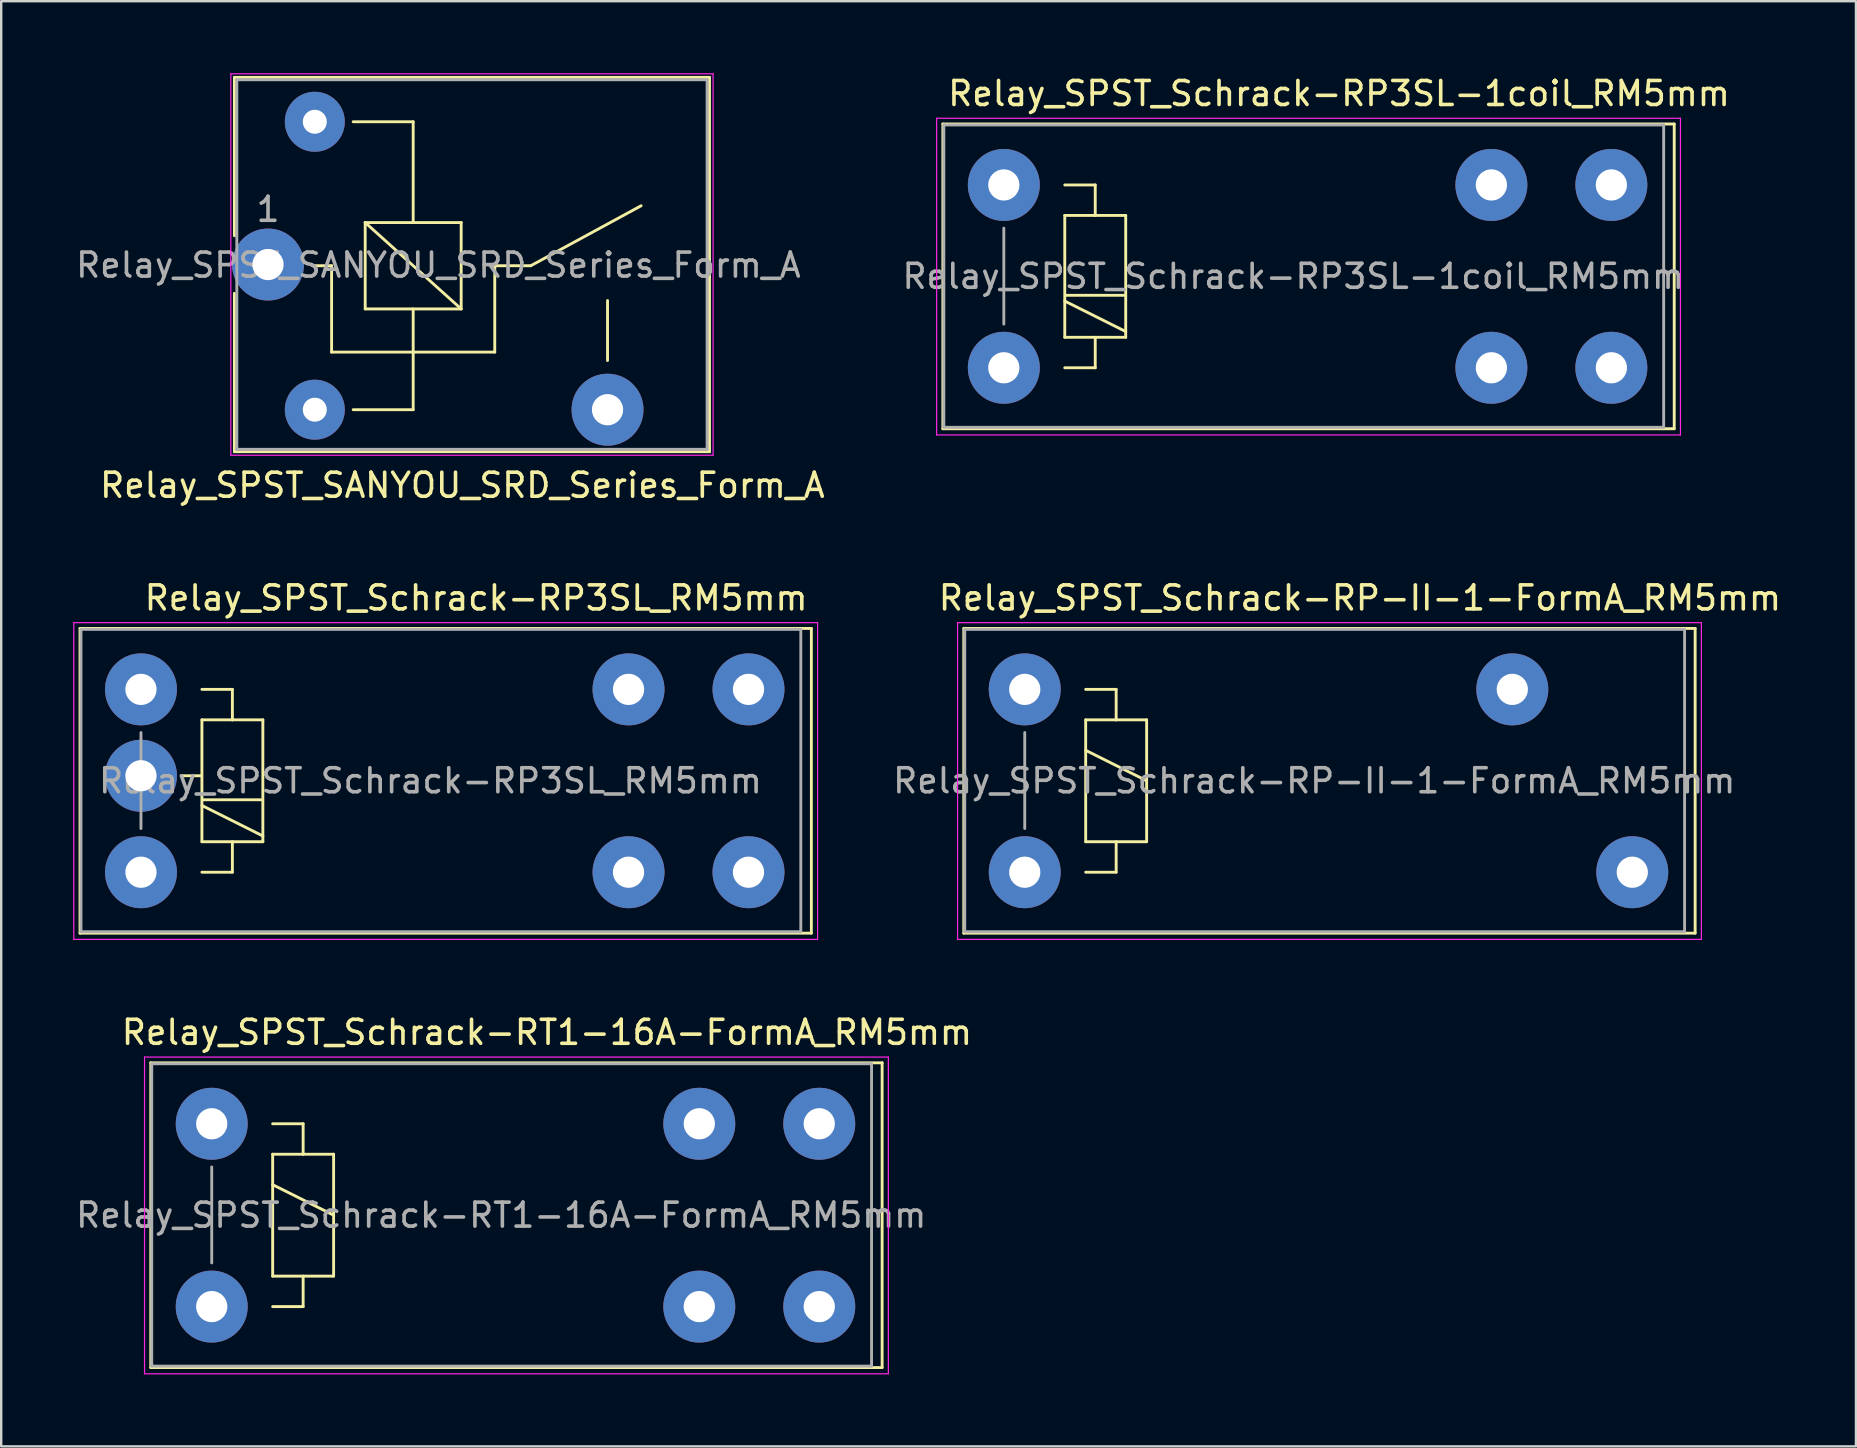
<source format=kicad_pcb>
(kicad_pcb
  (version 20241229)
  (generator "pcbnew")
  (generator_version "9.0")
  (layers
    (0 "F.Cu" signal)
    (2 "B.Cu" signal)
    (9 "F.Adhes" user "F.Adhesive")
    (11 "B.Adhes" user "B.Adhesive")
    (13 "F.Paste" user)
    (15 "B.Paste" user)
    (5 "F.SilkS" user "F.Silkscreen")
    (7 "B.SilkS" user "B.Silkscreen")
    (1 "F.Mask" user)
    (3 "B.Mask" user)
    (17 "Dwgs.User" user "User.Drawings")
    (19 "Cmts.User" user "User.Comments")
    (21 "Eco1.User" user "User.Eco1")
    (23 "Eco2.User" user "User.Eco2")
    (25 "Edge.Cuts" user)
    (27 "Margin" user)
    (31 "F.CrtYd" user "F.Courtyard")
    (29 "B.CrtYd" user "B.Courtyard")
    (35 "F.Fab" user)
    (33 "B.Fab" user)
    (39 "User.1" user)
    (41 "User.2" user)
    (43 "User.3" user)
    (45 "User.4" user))
  (footprint "Relay_SPST_Schrack-RP3SL-1coil_RM5mm"
    (layer "F.Cu")
    (at 38.786 4.658)
    (property "Reference" "Relay_SPST_Schrack-RP3SL-1coil_RM5mm" (at 13.97 -3.81 0) (layer "F.SilkS") (effects (font (size 1 1) (thickness 0.15))))
    (attr through_hole)
    (fp_line (start -2.54 -2.54) (end 27.94 -2.54) (stroke (width 0.12) (type solid)) (layer "F.SilkS"))
    (fp_line (start -2.54 10.16) (end -2.54 -2.54) (stroke (width 0.12) (type solid)) (layer "F.SilkS"))
    (fp_line (start 2.54 0) (end 3.81 0) (stroke (width 0.12) (type solid)) (layer "F.SilkS"))
    (fp_line (start 2.54 1.27) (end 3.81 1.27) (stroke (width 0.12) (type solid)) (layer "F.SilkS"))
    (fp_line (start 2.54 4.84) (end 5.08 6.11) (stroke (width 0.12) (type solid)) (layer "F.SilkS"))
    (fp_line (start 2.54 6.35) (end 2.54 1.27) (stroke (width 0.12) (type solid)) (layer "F.SilkS"))
    (fp_line (start 2.6 4.6) (end 5 4.6) (stroke (width 0.12) (type solid)) (layer "F.SilkS"))
    (fp_line (start 3.81 0) (end 3.81 1.27) (stroke (width 0.12) (type solid)) (layer "F.SilkS"))
    (fp_line (start 3.81 1.27) (end 5.08 1.27) (stroke (width 0.12) (type solid)) (layer "F.SilkS"))
    (fp_line (start 3.81 6.35) (end 3.81 7.62) (stroke (width 0.12) (type solid)) (layer "F.SilkS"))
    (fp_line (start 3.81 7.62) (end 2.54 7.62) (stroke (width 0.12) (type solid)) (layer "F.SilkS"))
    (fp_line (start 5.08 1.27) (end 5.08 6.35) (stroke (width 0.12) (type solid)) (layer "F.SilkS"))
    (fp_line (start 5.08 6.35) (end 2.54 6.35) (stroke (width 0.12) (type solid)) (layer "F.SilkS"))
    (fp_line (start 27.94 -2.54) (end 27.94 10.16) (stroke (width 0.12) (type solid)) (layer "F.SilkS"))
    (fp_line (start 27.94 10.16) (end -2.54 10.16) (stroke (width 0.12) (type solid)) (layer "F.SilkS"))
    (fp_line (start -2.8 -2.78) (end 28.2 -2.78) (stroke (width 0.05) (type solid)) (layer "F.CrtYd"))
    (fp_line (start -2.8 10.42) (end -2.8 -2.78) (stroke (width 0.05) (type solid)) (layer "F.CrtYd"))
    (fp_line (start 28.2 -2.78) (end 28.2 10.42) (stroke (width 0.05) (type solid)) (layer "F.CrtYd"))
    (fp_line (start 28.2 10.42) (end -2.8 10.42) (stroke (width 0.05) (type solid)) (layer "F.CrtYd"))
    (fp_line (start -2.5 -2.5) (end 27.5 -2.5) (stroke (width 0.12) (type solid)) (layer "F.Fab"))
    (fp_line (start -2.5 10.1) (end -2.5 -2.5) (stroke (width 0.12) (type solid)) (layer "F.Fab"))
    (fp_line (start 0 1.8) (end 0 5.8) (stroke (width 0.12) (type solid)) (layer "F.Fab"))
    (fp_line (start 27.5 -2.5) (end 27.5 10.1) (stroke (width 0.12) (type solid)) (layer "F.Fab"))
    (fp_line (start 27.5 10.1) (end -2.5 10.1) (stroke (width 0.12) (type solid)) (layer "F.Fab"))
    (fp_text user "${REFERENCE}" (at 12.065 3.81 0) (layer "F.Fab") (effects (font (size 1 1) (thickness 0.15))))
    (pad "11" thru_hole circle (at 20.32 0) (size 3 3) (drill 1.3) (layers "*.Cu" "*.Mask"))
    (pad "11" thru_hole circle (at 20.32 7.62) (size 3 3) (drill 1.3) (layers "*.Cu" "*.Mask"))
    (pad "14" thru_hole circle (at 25.32 0) (size 3 3) (drill 1.3) (layers "*.Cu" "*.Mask"))
    (pad "14" thru_hole circle (at 25.32 7.62) (size 3 3) (drill 1.3) (layers "*.Cu" "*.Mask"))
    (pad "A1" thru_hole circle (at 0 0) (size 3 3) (drill 1.3) (layers "*.Cu" "*.Mask"))
    (pad "A2" thru_hole circle (at 0 7.62) (size 3 3) (drill 1.3) (layers "*.Cu" "*.Mask")))
  (footprint "Relay_SPST_Schrack-RP3SL_RM5mm"
    (layer "F.Cu")
    (at 2.825 25.681)
    (property "Reference" "Relay_SPST_Schrack-RP3SL_RM5mm" (at 13.97 -3.81 0) (layer "F.SilkS") (effects (font (size 1 1) (thickness 0.15))))
    (attr through_hole)
    (fp_line (start -2.54 -2.54) (end 27.94 -2.54) (stroke (width 0.12) (type solid)) (layer "F.SilkS"))
    (fp_line (start -2.54 10.16) (end -2.54 -2.54) (stroke (width 0.12) (type solid)) (layer "F.SilkS"))
    (fp_line (start 2.5 3.6) (end 1.7 3.6) (stroke (width 0.12) (type solid)) (layer "F.SilkS"))
    (fp_line (start 2.54 0) (end 3.81 0) (stroke (width 0.12) (type solid)) (layer "F.SilkS"))
    (fp_line (start 2.54 1.27) (end 3.81 1.27) (stroke (width 0.12) (type solid)) (layer "F.SilkS"))
    (fp_line (start 2.54 4.84) (end 5.08 6.11) (stroke (width 0.12) (type solid)) (layer "F.SilkS"))
    (fp_line (start 2.54 6.35) (end 2.54 1.27) (stroke (width 0.12) (type solid)) (layer "F.SilkS"))
    (fp_line (start 2.6 4.6) (end 5 4.6) (stroke (width 0.12) (type solid)) (layer "F.SilkS"))
    (fp_line (start 3.81 0) (end 3.81 1.27) (stroke (width 0.12) (type solid)) (layer "F.SilkS"))
    (fp_line (start 3.81 1.27) (end 5.08 1.27) (stroke (width 0.12) (type solid)) (layer "F.SilkS"))
    (fp_line (start 3.81 6.35) (end 3.81 7.62) (stroke (width 0.12) (type solid)) (layer "F.SilkS"))
    (fp_line (start 3.81 7.62) (end 2.54 7.62) (stroke (width 0.12) (type solid)) (layer "F.SilkS"))
    (fp_line (start 5.08 1.27) (end 5.08 6.35) (stroke (width 0.12) (type solid)) (layer "F.SilkS"))
    (fp_line (start 5.08 6.35) (end 2.54 6.35) (stroke (width 0.12) (type solid)) (layer "F.SilkS"))
    (fp_line (start 27.94 -2.54) (end 27.94 10.16) (stroke (width 0.12) (type solid)) (layer "F.SilkS"))
    (fp_line (start 27.94 10.16) (end -2.54 10.16) (stroke (width 0.12) (type solid)) (layer "F.SilkS"))
    (fp_line (start -2.8 -2.78) (end 28.2 -2.78) (stroke (width 0.05) (type solid)) (layer "F.CrtYd"))
    (fp_line (start -2.8 10.42) (end -2.8 -2.78) (stroke (width 0.05) (type solid)) (layer "F.CrtYd"))
    (fp_line (start 28.2 -2.78) (end 28.2 10.42) (stroke (width 0.05) (type solid)) (layer "F.CrtYd"))
    (fp_line (start 28.2 10.42) (end -2.8 10.42) (stroke (width 0.05) (type solid)) (layer "F.CrtYd"))
    (fp_line (start -2.5 -2.5) (end 27.5 -2.5) (stroke (width 0.12) (type solid)) (layer "F.Fab"))
    (fp_line (start -2.5 10.1) (end -2.5 -2.5) (stroke (width 0.12) (type solid)) (layer "F.Fab"))
    (fp_line (start 0 1.8) (end 0 5.8) (stroke (width 0.12) (type solid)) (layer "F.Fab"))
    (fp_line (start 27.5 -2.5) (end 27.5 10.1) (stroke (width 0.12) (type solid)) (layer "F.Fab"))
    (fp_line (start 27.5 10.1) (end -2.5 10.1) (stroke (width 0.12) (type solid)) (layer "F.Fab"))
    (fp_text user "${REFERENCE}" (at 12.065 3.81 0) (layer "F.Fab") (effects (font (size 1 1) (thickness 0.15))))
    (pad "11" thru_hole circle (at 20.32 0) (size 3 3) (drill 1.3) (layers "*.Cu" "*.Mask"))
    (pad "11" thru_hole circle (at 20.32 7.62) (size 3 3) (drill 1.3) (layers "*.Cu" "*.Mask"))
    (pad "14" thru_hole circle (at 25.32 0) (size 3 3) (drill 1.3) (layers "*.Cu" "*.Mask"))
    (pad "14" thru_hole circle (at 25.32 7.62) (size 3 3) (drill 1.3) (layers "*.Cu" "*.Mask"))
    (pad "A1" thru_hole circle (at 0 0) (size 3 3) (drill 1.3) (layers "*.Cu" "*.Mask"))
    (pad "A2" thru_hole circle (at 0 7.62) (size 3 3) (drill 1.3) (layers "*.Cu" "*.Mask"))
    (pad "A3" thru_hole circle (at 0 3.6) (size 3 3) (drill 1.3) (layers "*.Cu" "*.Mask")))
  (footprint "Relay_SPST_Schrack-RP-II-1-FormA_RM5mm"
    (layer "F.Cu")
    (at 39.658 25.681)
    (property "Reference" "Relay_SPST_Schrack-RP-II-1-FormA_RM5mm" (at 13.97 -3.81 0) (layer "F.SilkS") (effects (font (size 1 1) (thickness 0.15))))
    (attr through_hole)
    (fp_line (start -2.54 -2.54) (end 27.94 -2.54) (stroke (width 0.12) (type solid)) (layer "F.SilkS"))
    (fp_line (start -2.54 10.16) (end -2.54 -2.54) (stroke (width 0.12) (type solid)) (layer "F.SilkS"))
    (fp_line (start 2.54 0) (end 3.81 0) (stroke (width 0.12) (type solid)) (layer "F.SilkS"))
    (fp_line (start 2.54 1.27) (end 3.81 1.27) (stroke (width 0.12) (type solid)) (layer "F.SilkS"))
    (fp_line (start 2.54 2.54) (end 5.08 3.81) (stroke (width 0.12) (type solid)) (layer "F.SilkS"))
    (fp_line (start 2.54 6.35) (end 2.54 1.27) (stroke (width 0.12) (type solid)) (layer "F.SilkS"))
    (fp_line (start 3.81 0) (end 3.81 1.27) (stroke (width 0.12) (type solid)) (layer "F.SilkS"))
    (fp_line (start 3.81 1.27) (end 5.08 1.27) (stroke (width 0.12) (type solid)) (layer "F.SilkS"))
    (fp_line (start 3.81 6.35) (end 3.81 7.62) (stroke (width 0.12) (type solid)) (layer "F.SilkS"))
    (fp_line (start 3.81 7.62) (end 2.54 7.62) (stroke (width 0.12) (type solid)) (layer "F.SilkS"))
    (fp_line (start 5.08 1.27) (end 5.08 6.35) (stroke (width 0.12) (type solid)) (layer "F.SilkS"))
    (fp_line (start 5.08 6.35) (end 2.54 6.35) (stroke (width 0.12) (type solid)) (layer "F.SilkS"))
    (fp_line (start 27.94 -2.54) (end 27.94 10.16) (stroke (width 0.12) (type solid)) (layer "F.SilkS"))
    (fp_line (start 27.94 10.16) (end -2.54 10.16) (stroke (width 0.12) (type solid)) (layer "F.SilkS"))
    (fp_line (start -2.8 -2.78) (end 28.2 -2.78) (stroke (width 0.05) (type solid)) (layer "F.CrtYd"))
    (fp_line (start -2.8 10.42) (end -2.8 -2.78) (stroke (width 0.05) (type solid)) (layer "F.CrtYd"))
    (fp_line (start 28.2 -2.78) (end 28.2 10.42) (stroke (width 0.05) (type solid)) (layer "F.CrtYd"))
    (fp_line (start 28.2 10.42) (end -2.8 10.42) (stroke (width 0.05) (type solid)) (layer "F.CrtYd"))
    (fp_line (start -2.5 -2.5) (end 27.5 -2.5) (stroke (width 0.12) (type solid)) (layer "F.Fab"))
    (fp_line (start -2.5 10.1) (end -2.5 -2.5) (stroke (width 0.12) (type solid)) (layer "F.Fab"))
    (fp_line (start 0 1.8) (end 0 5.8) (stroke (width 0.12) (type solid)) (layer "F.Fab"))
    (fp_line (start 27.5 -2.5) (end 27.5 10.1) (stroke (width 0.12) (type solid)) (layer "F.Fab"))
    (fp_line (start 27.5 10.1) (end -2.5 10.1) (stroke (width 0.12) (type solid)) (layer "F.Fab"))
    (fp_text user "${REFERENCE}" (at 12.065 3.81 0) (layer "F.Fab") (effects (font (size 1 1) (thickness 0.15))))
    (pad "11" thru_hole circle (at 20.32 0) (size 3 3) (drill 1.3) (layers "*.Cu" "*.Mask"))
    (pad "14" thru_hole circle (at 25.32 7.62) (size 3 3) (drill 1.3) (layers "*.Cu" "*.Mask"))
    (pad "A1" thru_hole circle (at 0 0) (size 3 3) (drill 1.3) (layers "*.Cu" "*.Mask"))
    (pad "A2" thru_hole circle (at 0 7.62) (size 3 3) (drill 1.3) (layers "*.Cu" "*.Mask")))
  (footprint "Relay_SPST_Schrack-RT1-16A-FormA_RM5mm"
    (layer "F.Cu")
    (at 5.774 43.785)
    (property "Reference" "Relay_SPST_Schrack-RT1-16A-FormA_RM5mm" (at 13.97 -3.81 0) (layer "F.SilkS") (effects (font (size 1 1) (thickness 0.15))))
    (attr through_hole)
    (fp_line (start -2.54 -2.54) (end 27.94 -2.54) (stroke (width 0.12) (type solid)) (layer "F.SilkS"))
    (fp_line (start -2.54 10.16) (end -2.54 -2.54) (stroke (width 0.12) (type solid)) (layer "F.SilkS"))
    (fp_line (start 2.54 0) (end 3.81 0) (stroke (width 0.12) (type solid)) (layer "F.SilkS"))
    (fp_line (start 2.54 1.27) (end 3.81 1.27) (stroke (width 0.12) (type solid)) (layer "F.SilkS"))
    (fp_line (start 2.54 2.54) (end 5.08 3.81) (stroke (width 0.12) (type solid)) (layer "F.SilkS"))
    (fp_line (start 2.54 6.35) (end 2.54 1.27) (stroke (width 0.12) (type solid)) (layer "F.SilkS"))
    (fp_line (start 3.81 0) (end 3.81 1.27) (stroke (width 0.12) (type solid)) (layer "F.SilkS"))
    (fp_line (start 3.81 1.27) (end 5.08 1.27) (stroke (width 0.12) (type solid)) (layer "F.SilkS"))
    (fp_line (start 3.81 6.35) (end 3.81 7.62) (stroke (width 0.12) (type solid)) (layer "F.SilkS"))
    (fp_line (start 3.81 7.62) (end 2.54 7.62) (stroke (width 0.12) (type solid)) (layer "F.SilkS"))
    (fp_line (start 5.08 1.27) (end 5.08 6.35) (stroke (width 0.12) (type solid)) (layer "F.SilkS"))
    (fp_line (start 5.08 6.35) (end 2.54 6.35) (stroke (width 0.12) (type solid)) (layer "F.SilkS"))
    (fp_line (start 27.94 -2.54) (end 27.94 10.16) (stroke (width 0.12) (type solid)) (layer "F.SilkS"))
    (fp_line (start 27.94 10.16) (end -2.54 10.16) (stroke (width 0.12) (type solid)) (layer "F.SilkS"))
    (fp_line (start -2.8 -2.78) (end 28.2 -2.78) (stroke (width 0.05) (type solid)) (layer "F.CrtYd"))
    (fp_line (start -2.8 10.42) (end -2.8 -2.78) (stroke (width 0.05) (type solid)) (layer "F.CrtYd"))
    (fp_line (start 28.2 -2.78) (end 28.2 10.42) (stroke (width 0.05) (type solid)) (layer "F.CrtYd"))
    (fp_line (start 28.2 10.42) (end -2.8 10.42) (stroke (width 0.05) (type solid)) (layer "F.CrtYd"))
    (fp_line (start -2.5 -2.5) (end 27.5 -2.5) (stroke (width 0.12) (type solid)) (layer "F.Fab"))
    (fp_line (start -2.5 10.1) (end -2.5 -2.5) (stroke (width 0.12) (type solid)) (layer "F.Fab"))
    (fp_line (start 0 1.8) (end 0 5.8) (stroke (width 0.12) (type solid)) (layer "F.Fab"))
    (fp_line (start 27.5 -2.5) (end 27.5 10.1) (stroke (width 0.12) (type solid)) (layer "F.Fab"))
    (fp_line (start 27.5 10.1) (end -2.5 10.1) (stroke (width 0.12) (type solid)) (layer "F.Fab"))
    (fp_text user "${REFERENCE}" (at 12.065 3.81 0) (layer "F.Fab") (effects (font (size 1 1) (thickness 0.15))))
    (pad "11" thru_hole circle (at 20.32 0) (size 3 3) (drill 1.3) (layers "*.Cu" "*.Mask"))
    (pad "11" thru_hole circle (at 20.32 7.62) (size 3 3) (drill 1.3) (layers "*.Cu" "*.Mask"))
    (pad "14" thru_hole circle (at 25.32 0) (size 3 3) (drill 1.3) (layers "*.Cu" "*.Mask"))
    (pad "14" thru_hole circle (at 25.32 7.62) (size 3 3) (drill 1.3) (layers "*.Cu" "*.Mask"))
    (pad "A1" thru_hole circle (at 0 0) (size 3 3) (drill 1.3) (layers "*.Cu" "*.Mask"))
    (pad "A2" thru_hole circle (at 0 7.62) (size 3 3) (drill 1.3) (layers "*.Cu" "*.Mask")))
  (footprint "Relay_SPST_SANYOU_SRD_Series_Form_A"
    (layer "F.Cu")
    (at 8.12 7.975)
    (property "Reference" "Relay_SPST_SANYOU_SRD_Series_Form_A" (at 8.1 9.2 0) (layer "F.SilkS") (effects (font (size 1 1) (thickness 0.15))))
    (attr through_hole)
    (fp_line (start -1.4 -7.8) (end -1.4 -1.2) (stroke (width 0.12) (type solid)) (layer "F.SilkS"))
    (fp_line (start -1.4 -7.8) (end 18.4 -7.8) (stroke (width 0.12) (type solid)) (layer "F.SilkS"))
    (fp_line (start -1.4 1.2) (end -1.4 7.8) (stroke (width 0.12) (type solid)) (layer "F.SilkS"))
    (fp_line (start 2.65 0.05) (end 1.85 0.05) (stroke (width 0.12) (type solid)) (layer "F.SilkS"))
    (fp_line (start 2.65 0.05) (end 2.65 3.65) (stroke (width 0.12) (type solid)) (layer "F.SilkS"))
    (fp_line (start 3.55 6.05) (end 6.05 6.05) (stroke (width 0.12) (type solid)) (layer "F.SilkS"))
    (fp_line (start 4.05 -1.75) (end 8.05 -1.75) (stroke (width 0.12) (type solid)) (layer "F.SilkS"))
    (fp_line (start 4.05 1.85) (end 4.05 -1.75) (stroke (width 0.12) (type solid)) (layer "F.SilkS"))
    (fp_line (start 6.05 -5.95) (end 3.55 -5.95) (stroke (width 0.12) (type solid)) (layer "F.SilkS"))
    (fp_line (start 6.05 -5.95) (end 6.05 -1.75) (stroke (width 0.12) (type solid)) (layer "F.SilkS"))
    (fp_line (start 6.05 1.85) (end 6.05 6.05) (stroke (width 0.12) (type solid)) (layer "F.SilkS"))
    (fp_line (start 8.05 -1.75) (end 8.05 1.85) (stroke (width 0.12) (type solid)) (layer "F.SilkS"))
    (fp_line (start 8.05 1.85) (end 4.05 -1.75) (stroke (width 0.12) (type solid)) (layer "F.SilkS"))
    (fp_line (start 8.05 1.85) (end 4.05 1.85) (stroke (width 0.12) (type solid)) (layer "F.SilkS"))
    (fp_line (start 9.45 0.05) (end 9.45 3.65) (stroke (width 0.12) (type solid)) (layer "F.SilkS"))
    (fp_line (start 9.45 0.05) (end 10.95 0.05) (stroke (width 0.12) (type solid)) (layer "F.SilkS"))
    (fp_line (start 9.45 3.65) (end 2.65 3.65) (stroke (width 0.12) (type solid)) (layer "F.SilkS"))
    (fp_line (start 10.95 0.05) (end 15.55 -2.45) (stroke (width 0.12) (type solid)) (layer "F.SilkS"))
    (fp_line (start 14.15 1.5) (end 14.15 4) (stroke (width 0.12) (type solid)) (layer "F.SilkS"))
    (fp_line (start 18.4 -7.8) (end 18.4 7.8) (stroke (width 0.12) (type solid)) (layer "F.SilkS"))
    (fp_line (start 18.4 7.8) (end -1.4 7.8) (stroke (width 0.12) (type solid)) (layer "F.SilkS"))
    (fp_line (start -1.55 7.95) (end -1.55 -7.95) (stroke (width 0.05) (type solid)) (layer "F.CrtYd"))
    (fp_line (start -1.55 7.95) (end 18.55 7.95) (stroke (width 0.05) (type solid)) (layer "F.CrtYd"))
    (fp_line (start 18.55 -7.95) (end -1.55 -7.95) (stroke (width 0.05) (type solid)) (layer "F.CrtYd"))
    (fp_line (start 18.55 -7.95) (end 18.55 7.95) (stroke (width 0.05) (type solid)) (layer "F.CrtYd"))
    (fp_line (start -1.3 -7.7) (end 18.3 -7.7) (stroke (width 0.12) (type solid)) (layer "F.Fab"))
    (fp_line (start -1.3 7.7) (end -1.3 -7.7) (stroke (width 0.12) (type solid)) (layer "F.Fab"))
    (fp_line (start 18.3 -7.7) (end 18.3 7.7) (stroke (width 0.12) (type solid)) (layer "F.Fab"))
    (fp_line (start 18.3 7.7) (end -1.3 7.7) (stroke (width 0.12) (type solid)) (layer "F.Fab"))
    (fp_text user "1" (at 0 -2.3 0) (layer "F.Fab") (effects (font (size 1 1) (thickness 0.15))))
    (fp_text user "${REFERENCE}" (at 7.1 0.025 0) (layer "F.Fab") (effects (font (size 1 1) (thickness 0.15))))
    (pad "1" thru_hole circle (at 0 0 90) (size 3 3) (drill 1.3) (layers "*.Cu" "*.Mask"))
    (pad "2" thru_hole circle (at 1.95 6.05 90) (size 2.5 2.5) (drill 1) (layers "*.Cu" "*.Mask"))
    (pad "3" thru_hole circle (at 14.15 6.05 90) (size 3 3) (drill 1.3) (layers "*.Cu" "*.Mask"))
    (pad "5" thru_hole circle (at 1.95 -5.95 90) (size 2.5 2.5) (drill 1) (layers "*.Cu" "*.Mask")))
  (gr_rect
    (start -3 -3)
    (end 74.3 57.23)
    (stroke (width 0.1) (type default))
    (fill no)
    (layer "Edge.Cuts")))
</source>
